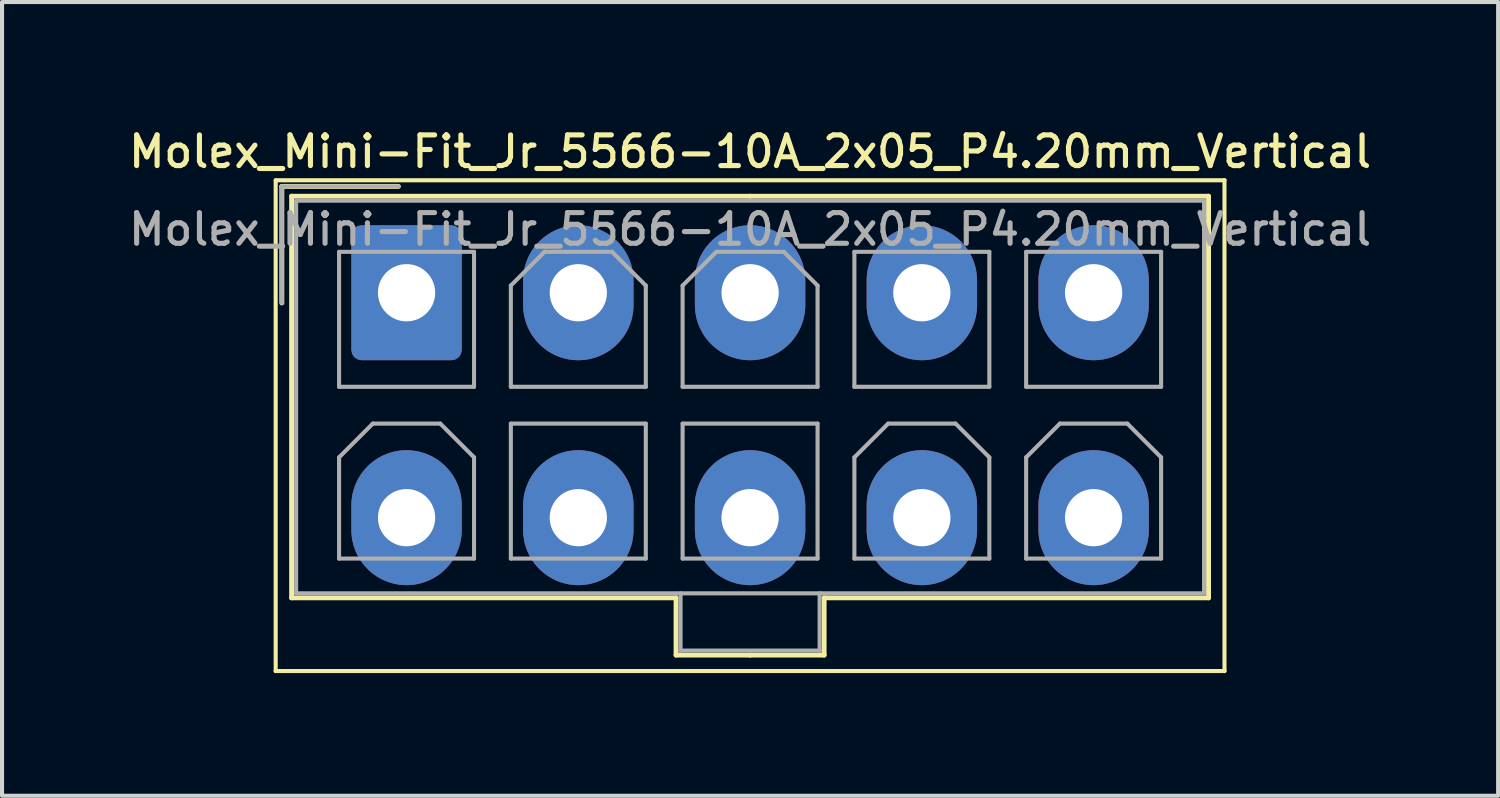
<source format=kicad_pcb>
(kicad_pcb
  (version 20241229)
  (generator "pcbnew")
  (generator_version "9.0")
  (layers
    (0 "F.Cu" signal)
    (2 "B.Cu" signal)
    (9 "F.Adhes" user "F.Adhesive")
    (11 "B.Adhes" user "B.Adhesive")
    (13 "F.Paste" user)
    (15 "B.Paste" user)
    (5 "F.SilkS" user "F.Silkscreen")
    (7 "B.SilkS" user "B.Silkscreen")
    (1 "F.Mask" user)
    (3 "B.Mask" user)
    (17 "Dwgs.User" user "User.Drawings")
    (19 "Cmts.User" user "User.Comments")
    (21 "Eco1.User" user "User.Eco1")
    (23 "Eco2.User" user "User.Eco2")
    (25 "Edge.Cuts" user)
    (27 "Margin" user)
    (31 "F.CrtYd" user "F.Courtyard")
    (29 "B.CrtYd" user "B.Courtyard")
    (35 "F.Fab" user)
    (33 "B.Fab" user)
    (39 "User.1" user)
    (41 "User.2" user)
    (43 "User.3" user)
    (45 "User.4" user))
  (footprint "Molex_Mini-Fit_Jr_5566-10A_2x05_P4.20mm_Vertical"
    (layer "F.Cu")
    (at 6.891 4.108)
    (property "Reference" "Molex_Mini-Fit_Jr_5566-10A_2x05_P4.20mm_Vertical" (at 8.4 -3.45 0) (layer "F.SilkS") (effects (font (size 0.75 0.75) (thickness 0.125))))
    (attr through_hole)
    (fp_line (start -3.2 -2.75) (end -3.2 9.25) (stroke (width 0.1) (type solid)) (layer "F.SilkS"))
    (fp_line (start -3.2 9.25) (end 20 9.25) (stroke (width 0.1) (type solid)) (layer "F.SilkS"))
    (fp_line (start -3.05 -2.6) (end -3.05 0.25) (stroke (width 0.12) (type solid)) (layer "F.SilkS"))
    (fp_line (start -2.81 -2.36) (end -2.81 7.46) (stroke (width 0.12) (type solid)) (layer "F.SilkS"))
    (fp_line (start -2.81 7.46) (end 6.59 7.46) (stroke (width 0.12) (type solid)) (layer "F.SilkS"))
    (fp_line (start -0.2 -2.6) (end -3.05 -2.6) (stroke (width 0.12) (type solid)) (layer "F.SilkS"))
    (fp_line (start 6.59 7.46) (end 6.59 8.86) (stroke (width 0.12) (type solid)) (layer "F.SilkS"))
    (fp_line (start 6.59 8.86) (end 8.4 8.86) (stroke (width 0.12) (type solid)) (layer "F.SilkS"))
    (fp_line (start 8.4 -2.36) (end -2.81 -2.36) (stroke (width 0.12) (type solid)) (layer "F.SilkS"))
    (fp_line (start 8.4 -2.36) (end 19.61 -2.36) (stroke (width 0.12) (type solid)) (layer "F.SilkS"))
    (fp_line (start 10.21 7.46) (end 10.21 8.86) (stroke (width 0.12) (type solid)) (layer "F.SilkS"))
    (fp_line (start 10.21 8.86) (end 8.4 8.86) (stroke (width 0.12) (type solid)) (layer "F.SilkS"))
    (fp_line (start 19.61 -2.36) (end 19.61 7.46) (stroke (width 0.12) (type solid)) (layer "F.SilkS"))
    (fp_line (start 19.61 7.46) (end 10.21 7.46) (stroke (width 0.12) (type solid)) (layer "F.SilkS"))
    (fp_line (start 20 -2.75) (end -3.2 -2.75) (stroke (width 0.1) (type solid)) (layer "F.SilkS"))
    (fp_line (start 20 9.25) (end 20 -2.75) (stroke (width 0.1) (type solid)) (layer "F.SilkS"))
    (fp_line (start -3.05 -2.6) (end -3.05 0.25) (stroke (width 0.1) (type solid)) (layer "F.Fab"))
    (fp_line (start -2.7 -2.25) (end -2.7 7.35) (stroke (width 0.1) (type solid)) (layer "F.Fab"))
    (fp_line (start -2.7 7.35) (end 19.5 7.35) (stroke (width 0.1) (type solid)) (layer "F.Fab"))
    (fp_line (start -1.65 -1) (end -1.65 2.3) (stroke (width 0.1) (type solid)) (layer "F.Fab"))
    (fp_line (start -1.65 2.3) (end 1.65 2.3) (stroke (width 0.1) (type solid)) (layer "F.Fab"))
    (fp_line (start -1.65 4.025) (end -0.825 3.2) (stroke (width 0.1) (type solid)) (layer "F.Fab"))
    (fp_line (start -1.65 6.5) (end -1.65 4.025) (stroke (width 0.1) (type solid)) (layer "F.Fab"))
    (fp_line (start -0.825 3.2) (end 0.825 3.2) (stroke (width 0.1) (type solid)) (layer "F.Fab"))
    (fp_line (start -0.2 -2.6) (end -3.05 -2.6) (stroke (width 0.1) (type solid)) (layer "F.Fab"))
    (fp_line (start 0.825 3.2) (end 1.65 4.025) (stroke (width 0.1) (type solid)) (layer "F.Fab"))
    (fp_line (start 1.65 -1) (end -1.65 -1) (stroke (width 0.1) (type solid)) (layer "F.Fab"))
    (fp_line (start 1.65 2.3) (end 1.65 -1) (stroke (width 0.1) (type solid)) (layer "F.Fab"))
    (fp_line (start 1.65 4.025) (end 1.65 6.5) (stroke (width 0.1) (type solid)) (layer "F.Fab"))
    (fp_line (start 1.65 6.5) (end -1.65 6.5) (stroke (width 0.1) (type solid)) (layer "F.Fab"))
    (fp_line (start 2.55 -0.175) (end 3.375 -1) (stroke (width 0.1) (type solid)) (layer "F.Fab"))
    (fp_line (start 2.55 2.3) (end 2.55 -0.175) (stroke (width 0.1) (type solid)) (layer "F.Fab"))
    (fp_line (start 2.55 3.2) (end 2.55 6.5) (stroke (width 0.1) (type solid)) (layer "F.Fab"))
    (fp_line (start 2.55 6.5) (end 5.85 6.5) (stroke (width 0.1) (type solid)) (layer "F.Fab"))
    (fp_line (start 3.375 -1) (end 5.025 -1) (stroke (width 0.1) (type solid)) (layer "F.Fab"))
    (fp_line (start 5.025 -1) (end 5.85 -0.175) (stroke (width 0.1) (type solid)) (layer "F.Fab"))
    (fp_line (start 5.85 -0.175) (end 5.85 2.3) (stroke (width 0.1) (type solid)) (layer "F.Fab"))
    (fp_line (start 5.85 2.3) (end 2.55 2.3) (stroke (width 0.1) (type solid)) (layer "F.Fab"))
    (fp_line (start 5.85 3.2) (end 2.55 3.2) (stroke (width 0.1) (type solid)) (layer "F.Fab"))
    (fp_line (start 5.85 6.5) (end 5.85 3.2) (stroke (width 0.1) (type solid)) (layer "F.Fab"))
    (fp_line (start 6.7 7.35) (end 6.7 8.75) (stroke (width 0.1) (type solid)) (layer "F.Fab"))
    (fp_line (start 6.7 8.75) (end 10.1 8.75) (stroke (width 0.1) (type solid)) (layer "F.Fab"))
    (fp_line (start 6.75 -0.175) (end 7.575 -1) (stroke (width 0.1) (type solid)) (layer "F.Fab"))
    (fp_line (start 6.75 2.3) (end 6.75 -0.175) (stroke (width 0.1) (type solid)) (layer "F.Fab"))
    (fp_line (start 6.75 3.2) (end 6.75 6.5) (stroke (width 0.1) (type solid)) (layer "F.Fab"))
    (fp_line (start 6.75 6.5) (end 10.05 6.5) (stroke (width 0.1) (type solid)) (layer "F.Fab"))
    (fp_line (start 7.575 -1) (end 9.225 -1) (stroke (width 0.1) (type solid)) (layer "F.Fab"))
    (fp_line (start 9.225 -1) (end 10.05 -0.175) (stroke (width 0.1) (type solid)) (layer "F.Fab"))
    (fp_line (start 10.05 -0.175) (end 10.05 2.3) (stroke (width 0.1) (type solid)) (layer "F.Fab"))
    (fp_line (start 10.05 2.3) (end 6.75 2.3) (stroke (width 0.1) (type solid)) (layer "F.Fab"))
    (fp_line (start 10.05 3.2) (end 6.75 3.2) (stroke (width 0.1) (type solid)) (layer "F.Fab"))
    (fp_line (start 10.05 6.5) (end 10.05 3.2) (stroke (width 0.1) (type solid)) (layer "F.Fab"))
    (fp_line (start 10.1 8.75) (end 10.1 7.35) (stroke (width 0.1) (type solid)) (layer "F.Fab"))
    (fp_line (start 10.95 -1) (end 10.95 2.3) (stroke (width 0.1) (type solid)) (layer "F.Fab"))
    (fp_line (start 10.95 2.3) (end 14.25 2.3) (stroke (width 0.1) (type solid)) (layer "F.Fab"))
    (fp_line (start 10.95 4.025) (end 11.775 3.2) (stroke (width 0.1) (type solid)) (layer "F.Fab"))
    (fp_line (start 10.95 6.5) (end 10.95 4.025) (stroke (width 0.1) (type solid)) (layer "F.Fab"))
    (fp_line (start 11.775 3.2) (end 13.425 3.2) (stroke (width 0.1) (type solid)) (layer "F.Fab"))
    (fp_line (start 13.425 3.2) (end 14.25 4.025) (stroke (width 0.1) (type solid)) (layer "F.Fab"))
    (fp_line (start 14.25 -1) (end 10.95 -1) (stroke (width 0.1) (type solid)) (layer "F.Fab"))
    (fp_line (start 14.25 2.3) (end 14.25 -1) (stroke (width 0.1) (type solid)) (layer "F.Fab"))
    (fp_line (start 14.25 4.025) (end 14.25 6.5) (stroke (width 0.1) (type solid)) (layer "F.Fab"))
    (fp_line (start 14.25 6.5) (end 10.95 6.5) (stroke (width 0.1) (type solid)) (layer "F.Fab"))
    (fp_line (start 15.15 -1) (end 15.15 2.3) (stroke (width 0.1) (type solid)) (layer "F.Fab"))
    (fp_line (start 15.15 2.3) (end 18.45 2.3) (stroke (width 0.1) (type solid)) (layer "F.Fab"))
    (fp_line (start 15.15 4.025) (end 15.975 3.2) (stroke (width 0.1) (type solid)) (layer "F.Fab"))
    (fp_line (start 15.15 6.5) (end 15.15 4.025) (stroke (width 0.1) (type solid)) (layer "F.Fab"))
    (fp_line (start 15.975 3.2) (end 17.625 3.2) (stroke (width 0.1) (type solid)) (layer "F.Fab"))
    (fp_line (start 17.625 3.2) (end 18.45 4.025) (stroke (width 0.1) (type solid)) (layer "F.Fab"))
    (fp_line (start 18.45 -1) (end 15.15 -1) (stroke (width 0.1) (type solid)) (layer "F.Fab"))
    (fp_line (start 18.45 2.3) (end 18.45 -1) (stroke (width 0.1) (type solid)) (layer "F.Fab"))
    (fp_line (start 18.45 4.025) (end 18.45 6.5) (stroke (width 0.1) (type solid)) (layer "F.Fab"))
    (fp_line (start 18.45 6.5) (end 15.15 6.5) (stroke (width 0.1) (type solid)) (layer "F.Fab"))
    (fp_line (start 19.5 -2.25) (end -2.7 -2.25) (stroke (width 0.1) (type solid)) (layer "F.Fab"))
    (fp_line (start 19.5 7.35) (end 19.5 -2.25) (stroke (width 0.1) (type solid)) (layer "F.Fab"))
    (fp_text user "${REFERENCE}" (at 8.4 -1.55 0) (layer "F.Fab") (effects (font (size 0.75 0.75) (thickness 0.125))))
    (pad "1" thru_hole roundrect (at 0 0) (size 2.7 3.3) (drill 1.4) (layers "*.Cu" "*.Mask") (roundrect_rratio 0.093))
    (pad "2" thru_hole oval (at 4.2 0) (size 2.7 3.3) (drill 1.4) (layers "*.Cu" "*.Mask"))
    (pad "3" thru_hole oval (at 8.4 0) (size 2.7 3.3) (drill 1.4) (layers "*.Cu" "*.Mask"))
    (pad "4" thru_hole oval (at 12.6 0) (size 2.7 3.3) (drill 1.4) (layers "*.Cu" "*.Mask"))
    (pad "5" thru_hole oval (at 16.8 0) (size 2.7 3.3) (drill 1.4) (layers "*.Cu" "*.Mask"))
    (pad "6" thru_hole oval (at 0 5.5) (size 2.7 3.3) (drill 1.4) (layers "*.Cu" "*.Mask"))
    (pad "7" thru_hole oval (at 4.2 5.5) (size 2.7 3.3) (drill 1.4) (layers "*.Cu" "*.Mask"))
    (pad "8" thru_hole oval (at 8.4 5.5) (size 2.7 3.3) (drill 1.4) (layers "*.Cu" "*.Mask"))
    (pad "9" thru_hole oval (at 12.6 5.5) (size 2.7 3.3) (drill 1.4) (layers "*.Cu" "*.Mask"))
    (pad "10" thru_hole oval (at 16.8 5.5) (size 2.7 3.3) (drill 1.4) (layers "*.Cu" "*.Mask")))
  (gr_rect
    (start -3 -3)
    (end 33.582 16.408)
    (stroke (width 0.1) (type default))
    (fill no)
    (layer "Edge.Cuts")))
</source>
